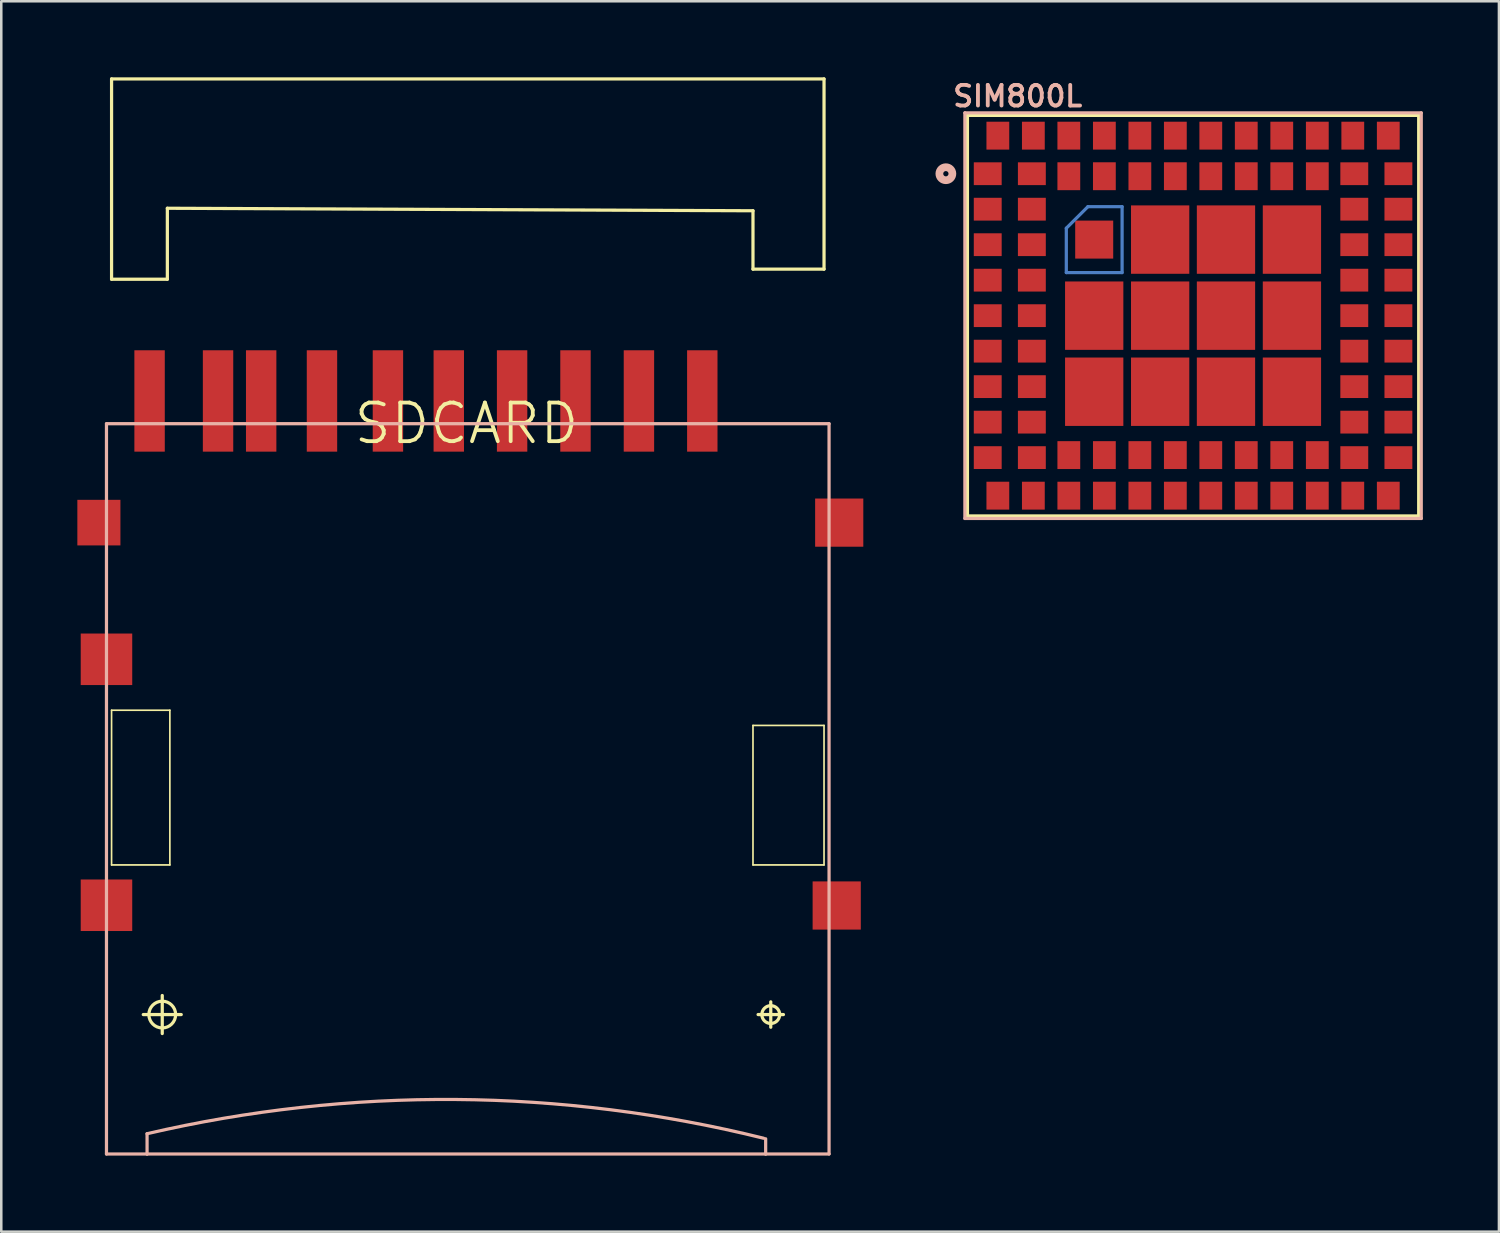
<source format=kicad_pcb>
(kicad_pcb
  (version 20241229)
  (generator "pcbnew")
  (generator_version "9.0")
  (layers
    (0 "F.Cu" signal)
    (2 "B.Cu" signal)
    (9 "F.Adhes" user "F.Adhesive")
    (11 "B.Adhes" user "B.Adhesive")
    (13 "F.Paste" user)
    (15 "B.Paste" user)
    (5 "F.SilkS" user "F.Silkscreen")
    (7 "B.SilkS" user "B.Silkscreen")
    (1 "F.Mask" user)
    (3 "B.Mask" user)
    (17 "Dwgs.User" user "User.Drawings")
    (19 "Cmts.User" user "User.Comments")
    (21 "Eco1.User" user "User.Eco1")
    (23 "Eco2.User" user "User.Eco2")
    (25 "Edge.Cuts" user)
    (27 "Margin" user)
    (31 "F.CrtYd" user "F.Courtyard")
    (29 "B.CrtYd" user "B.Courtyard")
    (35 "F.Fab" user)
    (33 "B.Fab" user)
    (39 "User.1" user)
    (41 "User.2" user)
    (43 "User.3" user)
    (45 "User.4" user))
  (footprint "SIM800L"
    (layer "F.Cu")
    (at 44.002 9.399)
    (property "Reference" "SIM800L" (at -6.916 -8.656 0) (layer "B.SilkS") (effects (font (size 0.813 0.813) (thickness 0.152))))
    (attr smd)
    (fp_line (start -4.999 -3.449) (end -4.999 -1.699) (stroke (width 0.127) (type solid)) (layer "B.Cu"))
    (fp_line (start -4.999 -1.699) (end -2.799 -1.699) (stroke (width 0.127) (type solid)) (layer "B.Cu"))
    (fp_line (start -4.148 -4.298) (end -4.999 -3.449) (stroke (width 0.127) (type solid)) (layer "B.Cu"))
    (fp_line (start -2.799 -4.298) (end -4.148 -4.298) (stroke (width 0.127) (type solid)) (layer "B.Cu"))
    (fp_line (start -2.799 -1.699) (end -2.799 -4.298) (stroke (width 0.127) (type solid)) (layer "B.Cu"))
    (fp_line (start -8.898 -7.899) (end 8.898 -7.899) (stroke (width 0.127) (type solid)) (layer "F.SilkS"))
    (fp_line (start -8.898 7.899) (end -8.898 -7.899) (stroke (width 0.127) (type solid)) (layer "F.SilkS"))
    (fp_line (start 8.898 -7.899) (end 8.898 7.899) (stroke (width 0.127) (type solid)) (layer "F.SilkS"))
    (fp_line (start 8.898 7.899) (end -8.898 7.899) (stroke (width 0.127) (type solid)) (layer "F.SilkS"))
    (fp_line (start -8.999 -7.998) (end 8.999 -7.998) (stroke (width 0.127) (type solid)) (layer "B.SilkS"))
    (fp_line (start -8.999 7.998) (end -8.999 -7.998) (stroke (width 0.127) (type solid)) (layer "B.SilkS"))
    (fp_line (start 8.999 -7.998) (end 8.999 7.998) (stroke (width 0.127) (type solid)) (layer "B.SilkS"))
    (fp_line (start 8.999 7.998) (end -8.999 7.998) (stroke (width 0.127) (type solid)) (layer "B.SilkS"))
    (fp_circle (center -9.749 -5.598) (end -9.822 -5.672) (stroke (width 0.305) (type solid)) (fill no) (layer "B.SilkS"))
    (pad "1" smd rect (at -8.098 -5.598 90) (size 0.899 1.1) (layers "F.Cu" "F.Mask" "F.Paste"))
    (pad "2" smd rect (at -8.098 -4.199 90) (size 0.899 1.1) (layers "F.Cu" "F.Mask" "F.Paste"))
    (pad "3" smd rect (at -8.098 -2.799 90) (size 0.899 1.1) (layers "F.Cu" "F.Mask" "F.Paste"))
    (pad "4" smd rect (at -8.098 -1.4 90) (size 0.899 1.1) (layers "F.Cu" "F.Mask" "F.Paste"))
    (pad "5" smd rect (at -8.098 0 90) (size 0.899 1.1) (layers "F.Cu" "F.Mask" "F.Paste"))
    (pad "6" smd rect (at -8.098 1.4 90) (size 0.899 1.1) (layers "F.Cu" "F.Mask" "F.Paste"))
    (pad "7" smd rect (at -8.098 2.799 90) (size 0.899 1.1) (layers "F.Cu" "F.Mask" "F.Paste"))
    (pad "8" smd rect (at -8.098 4.199 90) (size 0.899 1.1) (layers "F.Cu" "F.Mask" "F.Paste"))
    (pad "9" smd rect (at -8.098 5.598 90) (size 0.899 1.1) (layers "F.Cu" "F.Mask" "F.Paste"))
    (pad "10" smd rect (at -7.699 7.099 180) (size 0.899 1.1) (layers "F.Cu" "F.Mask" "F.Paste"))
    (pad "11" smd rect (at -6.299 7.099 180) (size 0.899 1.1) (layers "F.Cu" "F.Mask" "F.Paste"))
    (pad "12" smd rect (at -4.9 7.099 180) (size 0.899 1.1) (layers "F.Cu" "F.Mask" "F.Paste"))
    (pad "13" smd rect (at -3.498 7.099 180) (size 0.899 1.1) (layers "F.Cu" "F.Mask" "F.Paste"))
    (pad "14" smd rect (at -2.098 7.099 180) (size 0.899 1.1) (layers "F.Cu" "F.Mask" "F.Paste"))
    (pad "15" smd rect (at -0.699 7.099 180) (size 0.899 1.1) (layers "F.Cu" "F.Mask" "F.Paste"))
    (pad "16" smd rect (at 0.699 7.099 180) (size 0.899 1.1) (layers "F.Cu" "F.Mask" "F.Paste"))
    (pad "17" smd rect (at 2.098 7.099 180) (size 0.899 1.1) (layers "F.Cu" "F.Mask" "F.Paste"))
    (pad "18" smd rect (at 3.498 7.099 180) (size 0.899 1.1) (layers "F.Cu" "F.Mask" "F.Paste"))
    (pad "19" smd rect (at 4.9 7.099 180) (size 0.899 1.1) (layers "F.Cu" "F.Mask" "F.Paste"))
    (pad "20" smd rect (at 6.299 7.099 180) (size 0.899 1.1) (layers "F.Cu" "F.Mask" "F.Paste"))
    (pad "21" smd rect (at 7.699 7.099 180) (size 0.899 1.1) (layers "F.Cu" "F.Mask" "F.Paste"))
    (pad "22" smd rect (at 8.098 5.598 90) (size 0.899 1.1) (layers "F.Cu" "F.Mask" "F.Paste"))
    (pad "23" smd rect (at 8.098 4.199 90) (size 0.899 1.1) (layers "F.Cu" "F.Mask" "F.Paste"))
    (pad "24" smd rect (at 8.098 2.799 90) (size 0.899 1.1) (layers "F.Cu" "F.Mask" "F.Paste"))
    (pad "25" smd rect (at 8.098 1.4 90) (size 0.899 1.1) (layers "F.Cu" "F.Mask" "F.Paste"))
    (pad "26" smd rect (at 8.098 0 90) (size 0.899 1.1) (layers "F.Cu" "F.Mask" "F.Paste"))
    (pad "27" smd rect (at 8.098 -1.4 90) (size 0.899 1.1) (layers "F.Cu" "F.Mask" "F.Paste"))
    (pad "28" smd rect (at 8.098 -2.799 90) (size 0.899 1.1) (layers "F.Cu" "F.Mask" "F.Paste"))
    (pad "29" smd rect (at 8.098 -4.199 90) (size 0.899 1.1) (layers "F.Cu" "F.Mask" "F.Paste"))
    (pad "30" smd rect (at 8.098 -5.598 90) (size 0.899 1.1) (layers "F.Cu" "F.Mask" "F.Paste"))
    (pad "31" smd rect (at 7.699 -7.099 180) (size 0.899 1.1) (layers "F.Cu" "F.Mask" "F.Paste"))
    (pad "32" smd rect (at 6.299 -7.099 180) (size 0.899 1.1) (layers "F.Cu" "F.Mask" "F.Paste"))
    (pad "33" smd rect (at 4.9 -7.099 180) (size 0.899 1.1) (layers "F.Cu" "F.Mask" "F.Paste"))
    (pad "34" smd rect (at 3.498 -7.099 180) (size 0.899 1.1) (layers "F.Cu" "F.Mask" "F.Paste"))
    (pad "35" smd rect (at 2.098 -7.099 180) (size 0.899 1.1) (layers "F.Cu" "F.Mask" "F.Paste"))
    (pad "36" smd rect (at 0.699 -7.099 180) (size 0.899 1.1) (layers "F.Cu" "F.Mask" "F.Paste"))
    (pad "37" smd rect (at -0.699 -7.099 180) (size 0.899 1.1) (layers "F.Cu" "F.Mask" "F.Paste"))
    (pad "38" smd rect (at -2.098 -7.099 180) (size 0.899 1.1) (layers "F.Cu" "F.Mask" "F.Paste"))
    (pad "39" smd rect (at -3.498 -7.099 180) (size 0.899 1.1) (layers "F.Cu" "F.Mask" "F.Paste"))
    (pad "40" smd rect (at -4.9 -7.099 180) (size 0.899 1.1) (layers "F.Cu" "F.Mask" "F.Paste"))
    (pad "41" smd rect (at -6.299 -7.099 180) (size 0.899 1.1) (layers "F.Cu" "F.Mask" "F.Paste"))
    (pad "42" smd rect (at -7.699 -7.099 180) (size 0.899 1.1) (layers "F.Cu" "F.Mask" "F.Paste"))
    (pad "43" smd rect (at -6.358 -5.598 90) (size 0.899 1.1) (layers "F.Cu" "F.Mask" "F.Paste"))
    (pad "44" smd rect (at -6.358 -4.199 90) (size 0.899 1.1) (layers "F.Cu" "F.Mask" "F.Paste"))
    (pad "45" smd rect (at -6.358 -2.799 90) (size 0.899 1.1) (layers "F.Cu" "F.Mask" "F.Paste"))
    (pad "46" smd rect (at -6.358 -1.4 90) (size 0.899 1.1) (layers "F.Cu" "F.Mask" "F.Paste"))
    (pad "47" smd rect (at -6.358 0 90) (size 0.899 1.1) (layers "F.Cu" "F.Mask" "F.Paste"))
    (pad "48" smd rect (at -6.358 1.4 90) (size 0.899 1.1) (layers "F.Cu" "F.Mask" "F.Paste"))
    (pad "49" smd rect (at -6.358 2.799 90) (size 0.899 1.1) (layers "F.Cu" "F.Mask" "F.Paste"))
    (pad "50" smd rect (at -6.358 4.199 90) (size 0.899 1.1) (layers "F.Cu" "F.Mask" "F.Paste"))
    (pad "51" smd rect (at -6.358 5.598 90) (size 0.899 1.1) (layers "F.Cu" "F.Mask" "F.Paste"))
    (pad "52" smd rect (at -4.9 5.499 180) (size 0.899 1.1) (layers "F.Cu" "F.Mask" "F.Paste"))
    (pad "53" smd rect (at -3.498 5.499 180) (size 0.899 1.1) (layers "F.Cu" "F.Mask" "F.Paste"))
    (pad "54" smd rect (at -2.098 5.499 180) (size 0.899 1.1) (layers "F.Cu" "F.Mask" "F.Paste"))
    (pad "55" smd rect (at -0.699 5.499 180) (size 0.899 1.1) (layers "F.Cu" "F.Mask" "F.Paste"))
    (pad "56" smd rect (at 0.699 5.499 180) (size 0.899 1.1) (layers "F.Cu" "F.Mask" "F.Paste"))
    (pad "57" smd rect (at 2.098 5.499 180) (size 0.899 1.1) (layers "F.Cu" "F.Mask" "F.Paste"))
    (pad "58" smd rect (at 3.498 5.499 180) (size 0.899 1.1) (layers "F.Cu" "F.Mask" "F.Paste"))
    (pad "59" smd rect (at 4.9 5.499 180) (size 0.899 1.1) (layers "F.Cu" "F.Mask" "F.Paste"))
    (pad "60" smd rect (at 6.358 5.598 90) (size 0.899 1.1) (layers "F.Cu" "F.Mask" "F.Paste"))
    (pad "61" smd rect (at 6.358 4.199 90) (size 0.899 1.1) (layers "F.Cu" "F.Mask" "F.Paste"))
    (pad "62" smd rect (at 6.358 2.799 90) (size 0.899 1.1) (layers "F.Cu" "F.Mask" "F.Paste"))
    (pad "63" smd rect (at 6.358 1.4 90) (size 0.899 1.1) (layers "F.Cu" "F.Mask" "F.Paste"))
    (pad "64" smd rect (at 6.358 0 90) (size 0.899 1.1) (layers "F.Cu" "F.Mask" "F.Paste"))
    (pad "65" smd rect (at 6.358 -1.4 90) (size 0.899 1.1) (layers "F.Cu" "F.Mask" "F.Paste"))
    (pad "66" smd rect (at 6.358 -2.799 90) (size 0.899 1.1) (layers "F.Cu" "F.Mask" "F.Paste"))
    (pad "67" smd rect (at 6.358 -4.199 90) (size 0.899 1.1) (layers "F.Cu" "F.Mask" "F.Paste"))
    (pad "68" smd rect (at 6.358 -5.598 90) (size 0.899 1.1) (layers "F.Cu" "F.Mask" "F.Paste"))
    (pad "69" smd rect (at 4.9 -5.499 180) (size 0.899 1.1) (layers "F.Cu" "F.Mask" "F.Paste"))
    (pad "70" smd rect (at 3.498 -5.499 180) (size 0.899 1.1) (layers "F.Cu" "F.Mask" "F.Paste"))
    (pad "71" smd rect (at 2.098 -5.499 180) (size 0.899 1.1) (layers "F.Cu" "F.Mask" "F.Paste"))
    (pad "72" smd rect (at 0.699 -5.499 180) (size 0.899 1.1) (layers "F.Cu" "F.Mask" "F.Paste"))
    (pad "73" smd rect (at -0.699 -5.499 180) (size 0.899 1.1) (layers "F.Cu" "F.Mask" "F.Paste"))
    (pad "74" smd rect (at -2.098 -5.499 180) (size 0.899 1.1) (layers "F.Cu" "F.Mask" "F.Paste"))
    (pad "75" smd rect (at -3.498 -5.499 180) (size 0.899 1.1) (layers "F.Cu" "F.Mask" "F.Paste"))
    (pad "76" smd rect (at -4.9 -5.499 180) (size 0.899 1.1) (layers "F.Cu" "F.Mask" "F.Paste"))
    (pad "77" smd rect (at -3.899 -3) (size 1.499 1.499) (layers "F.Cu" "F.Mask" "F.Paste"))
    (pad "78" smd rect (at -3.899 0) (size 2.299 2.697) (layers "F.Cu" "F.Mask" "F.Paste"))
    (pad "79" smd rect (at -3.899 3) (size 2.299 2.697) (layers "F.Cu" "F.Mask" "F.Paste"))
    (pad "80" smd rect (at -1.298 3) (size 2.299 2.697) (layers "F.Cu" "F.Mask" "F.Paste"))
    (pad "81" smd rect (at 1.298 3) (size 2.299 2.697) (layers "F.Cu" "F.Mask" "F.Paste"))
    (pad "82" smd rect (at 3.899 3) (size 2.299 2.697) (layers "F.Cu" "F.Mask" "F.Paste"))
    (pad "83" smd rect (at 3.899 0) (size 2.299 2.697) (layers "F.Cu" "F.Mask" "F.Paste"))
    (pad "84" smd rect (at 3.899 -3) (size 2.299 2.697) (layers "F.Cu" "F.Mask" "F.Paste"))
    (pad "85" smd rect (at 1.298 -3) (size 2.299 2.697) (layers "F.Cu" "F.Mask" "F.Paste"))
    (pad "86" smd rect (at -1.298 -3) (size 2.299 2.697) (layers "F.Cu" "F.Mask" "F.Paste"))
    (pad "87" smd rect (at -1.298 0) (size 2.299 2.697) (layers "F.Cu" "F.Mask" "F.Paste"))
    (pad "88" smd rect (at 1.298 0) (size 2.299 2.697) (layers "F.Cu" "F.Mask" "F.Paste")))
  (footprint "SDCARD"
    (layer "F.Cu")
    (at 15.348 13.652)
    (property "Reference" "SDCARD" (at 0 0 0) (layer "F.SilkS") (effects (font (size 1.524 1.524) (thickness 0.15))))
    (attr smd)
    (fp_line (start -13.998 -13.589) (end 14.1 -13.589) (stroke (width 0.127) (type solid)) (layer "F.SilkS"))
    (fp_line (start -13.998 -5.69) (end -13.998 -13.589) (stroke (width 0.127) (type solid)) (layer "F.SilkS"))
    (fp_line (start -13.998 11.308) (end -11.699 11.308) (stroke (width 0.066) (type solid)) (layer "F.SilkS"))
    (fp_line (start -13.998 17.409) (end -13.998 11.308) (stroke (width 0.066) (type solid)) (layer "F.SilkS"))
    (fp_line (start -13.998 17.409) (end -11.699 17.409) (stroke (width 0.066) (type solid)) (layer "F.SilkS"))
    (fp_line (start -12.748 23.31) (end -11.25 23.31) (stroke (width 0.127) (type solid)) (layer "F.SilkS"))
    (fp_line (start -11.999 24.059) (end -11.999 22.558) (stroke (width 0.127) (type solid)) (layer "F.SilkS"))
    (fp_line (start -11.798 -8.489) (end -11.798 -5.69) (stroke (width 0.127) (type solid)) (layer "F.SilkS"))
    (fp_line (start -11.798 -5.69) (end -13.998 -5.69) (stroke (width 0.127) (type solid)) (layer "F.SilkS"))
    (fp_line (start -11.699 17.409) (end -11.699 11.308) (stroke (width 0.066) (type solid)) (layer "F.SilkS"))
    (fp_line (start 11.298 -8.39) (end -11.798 -8.489) (stroke (width 0.127) (type solid)) (layer "F.SilkS"))
    (fp_line (start 11.298 -6.088) (end 11.298 -8.39) (stroke (width 0.127) (type solid)) (layer "F.SilkS"))
    (fp_line (start 11.298 11.908) (end 14.1 11.908) (stroke (width 0.066) (type solid)) (layer "F.SilkS"))
    (fp_line (start 11.298 17.409) (end 11.298 11.908) (stroke (width 0.066) (type solid)) (layer "F.SilkS"))
    (fp_line (start 11.298 17.409) (end 14.1 17.409) (stroke (width 0.066) (type solid)) (layer "F.SilkS"))
    (fp_line (start 11.499 23.31) (end 12.499 23.31) (stroke (width 0.127) (type solid)) (layer "F.SilkS"))
    (fp_line (start 11.999 23.81) (end 11.999 22.809) (stroke (width 0.127) (type solid)) (layer "F.SilkS"))
    (fp_line (start 14.1 -13.589) (end 14.1 -6.088) (stroke (width 0.127) (type solid)) (layer "F.SilkS"))
    (fp_line (start 14.1 -6.088) (end 11.298 -6.088) (stroke (width 0.127) (type solid)) (layer "F.SilkS"))
    (fp_line (start 14.1 17.409) (end 14.1 11.908) (stroke (width 0.066) (type solid)) (layer "F.SilkS"))
    (fp_circle (center -11.999 23.31) (end -12.372 23.683) (stroke (width 0.127) (type solid)) (fill no) (layer "F.SilkS"))
    (fp_circle (center 11.999 23.31) (end 12.248 23.558) (stroke (width 0.127) (type solid)) (fill no) (layer "F.SilkS"))
    (fp_line (start -14.199 0.008) (end 14.298 0.008) (stroke (width 0.127) (type solid)) (layer "B.SilkS"))
    (fp_line (start -14.199 28.809) (end -14.199 0.008) (stroke (width 0.127) (type solid)) (layer "B.SilkS"))
    (fp_line (start -12.598 28.009) (end -12.598 28.809) (stroke (width 0.127) (type solid)) (layer "B.SilkS"))
    (fp_line (start -12.598 28.809) (end -14.199 28.809) (stroke (width 0.127) (type solid)) (layer "B.SilkS"))
    (fp_line (start 11.798 28.209) (end 11.798 28.809) (stroke (width 0.127) (type solid)) (layer "B.SilkS"))
    (fp_line (start 11.798 28.809) (end -12.598 28.809) (stroke (width 0.127) (type solid)) (layer "B.SilkS"))
    (fp_line (start 14.298 0.008) (end 14.298 28.809) (stroke (width 0.127) (type solid)) (layer "B.SilkS"))
    (fp_line (start 14.298 28.809) (end 11.798 28.809) (stroke (width 0.127) (type solid)) (layer "B.SilkS"))
    (fp_arc (start -12.5984 28.00858) (mid -0.429748 26.658999) (end 11.717736 28.187423) (stroke (width 0.127) (type solid)) (layer "B.SilkS"))
    (pad "1" smd rect (at 6.8 -0.889 90) (size 3.998 1.199) (layers "F.Cu" "F.Mask" "F.Paste"))
    (pad "2" smd rect (at 4.298 -0.889 90) (size 3.998 1.199) (layers "F.Cu" "F.Mask" "F.Paste"))
    (pad "3" smd rect (at 1.798 -0.889 90) (size 3.998 1.199) (layers "F.Cu" "F.Mask" "F.Paste"))
    (pad "4" smd rect (at -0.699 -0.889 90) (size 3.998 1.199) (layers "F.Cu" "F.Mask" "F.Paste"))
    (pad "5" smd rect (at -3.099 -0.889 90) (size 3.998 1.199) (layers "F.Cu" "F.Mask" "F.Paste"))
    (pad "6" smd rect (at -5.7 -0.889 90) (size 3.998 1.199) (layers "F.Cu" "F.Mask" "F.Paste"))
    (pad "7" smd rect (at -8.098 -0.889 90) (size 3.998 1.199) (layers "F.Cu" "F.Mask" "F.Paste"))
    (pad "8" smd rect (at -9.799 -0.889 90) (size 3.998 1.199) (layers "F.Cu" "F.Mask" "F.Paste"))
    (pad "9" smd rect (at 9.299 -0.889 90) (size 3.998 1.199) (layers "F.Cu" "F.Mask" "F.Paste"))
    (pad "CD" smd rect (at -12.499 -0.889 90) (size 3.998 1.199) (layers "F.Cu" "F.Mask" "F.Paste"))
    (pad "COM" smd rect (at -14.199 9.299) (size 2.032 2.032) (layers "F.Cu" "F.Mask" "F.Paste"))
    (pad "MT1" smd rect (at -14.498 3.909) (size 1.699 1.798) (layers "F.Cu" "F.Mask" "F.Paste"))
    (pad "MT2" smd rect (at 14.699 3.909) (size 1.9 1.9) (layers "F.Cu" "F.Mask" "F.Paste"))
    (pad "MT3" smd rect (at 14.6 19.009) (size 1.9 1.9) (layers "F.Cu" "F.Mask" "F.Paste"))
    (pad "WP" smd rect (at -14.199 18.999) (size 2.032 2.032) (layers "F.Cu" "F.Mask" "F.Paste")))
  (gr_rect
    (start -3 -3)
    (end 56.065 45.525)
    (stroke (width 0.1) (type default))
    (fill no)
    (layer "Edge.Cuts")))
</source>
